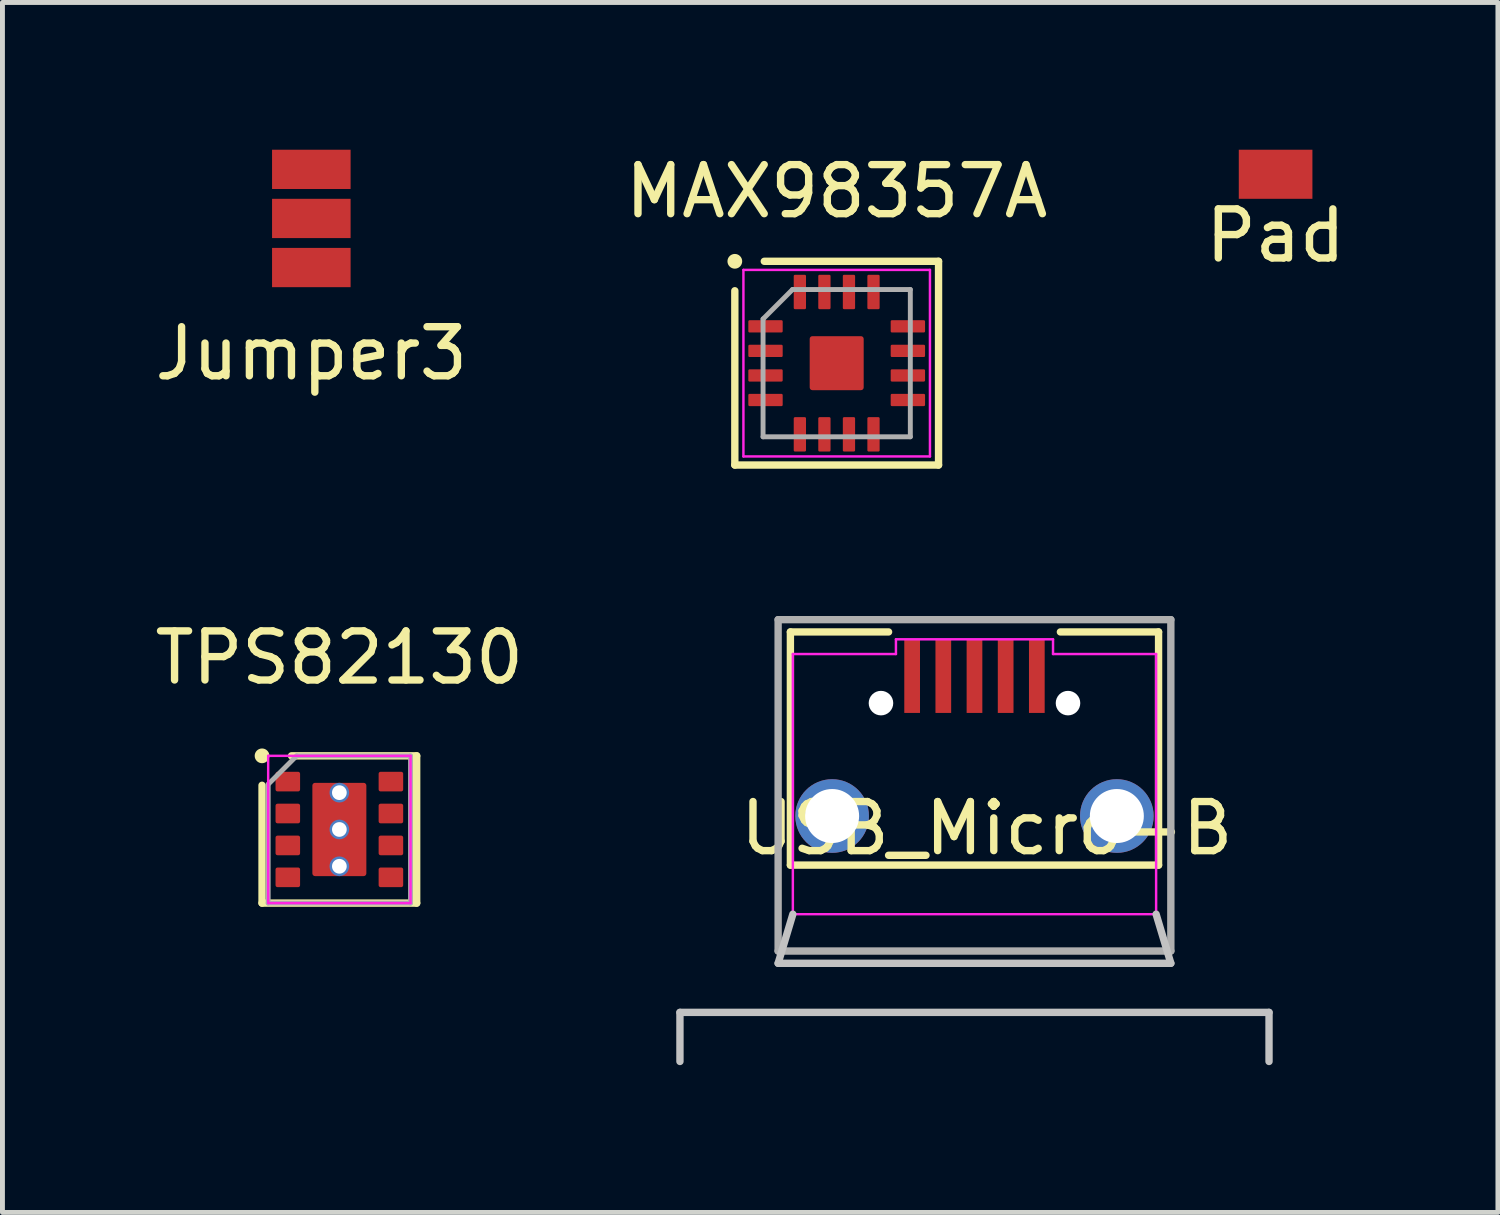
<source format=kicad_pcb>
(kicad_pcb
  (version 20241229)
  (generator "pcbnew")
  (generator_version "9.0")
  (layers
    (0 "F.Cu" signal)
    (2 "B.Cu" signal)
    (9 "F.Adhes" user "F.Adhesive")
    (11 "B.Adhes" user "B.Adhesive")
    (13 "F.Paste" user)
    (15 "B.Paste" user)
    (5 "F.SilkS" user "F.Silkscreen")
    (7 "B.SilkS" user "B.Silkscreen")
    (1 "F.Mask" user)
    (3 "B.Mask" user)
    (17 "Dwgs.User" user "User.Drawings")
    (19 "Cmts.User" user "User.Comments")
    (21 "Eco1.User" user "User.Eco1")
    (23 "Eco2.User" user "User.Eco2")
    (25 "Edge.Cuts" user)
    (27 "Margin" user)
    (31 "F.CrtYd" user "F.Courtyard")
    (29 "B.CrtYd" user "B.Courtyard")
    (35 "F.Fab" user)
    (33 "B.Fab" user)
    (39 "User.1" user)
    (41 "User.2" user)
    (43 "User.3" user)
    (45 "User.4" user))
  (footprint "Jumper3"
    (layer "F.Cu")
    (at 3.292 1.4)
    (property "Reference" "Jumper3" (at 0 2.75 0) (layer "F.SilkS") (effects (font (size 1 1) (thickness 0.15))))
    (attr through_hole)
    (pad "1" smd rect (at 0 -1) (size 1.6 0.8) (layers "F.Cu" "F.Mask"))
    (pad "2" smd rect (at 0 0) (size 1.6 0.8) (layers "F.Cu" "F.Mask"))
    (pad "3" smd rect (at 0 1) (size 1.6 0.8) (layers "F.Cu" "F.Mask")))
  (footprint "USB_Micro-B"
    (layer "F.Cu")
    (at 16.801 13.573)
    (property "Reference" "USB_Micro-B" (at 0.25 0.25 0) (layer "F.SilkS") (effects (font (size 1 1) (thickness 0.15))))
    (attr through_hole)
    (fp_line (start -3.75 -3.75) (end -1.75 -3.75) (stroke (width 0.15) (type solid)) (layer "F.SilkS"))
    (fp_line (start -3.75 1) (end -3.75 -3.75) (stroke (width 0.15) (type solid)) (layer "F.SilkS"))
    (fp_line (start 1.75 -3.75) (end 3.75 -3.75) (stroke (width 0.15) (type solid)) (layer "F.SilkS"))
    (fp_line (start 3.75 -3.75) (end 3.75 1) (stroke (width 0.15) (type solid)) (layer "F.SilkS"))
    (fp_line (start 3.75 1) (end -3.75 1) (stroke (width 0.15) (type solid)) (layer "F.SilkS"))
    (fp_line (start -6 4) (end -6 5) (stroke (width 0.15) (type solid)) (layer "Dwgs.User"))
    (fp_line (start -6 4) (end 6 4) (stroke (width 0.15) (type solid)) (layer "Dwgs.User"))
    (fp_line (start -3.7 2) (end -4 3) (stroke (width 0.15) (type solid)) (layer "Dwgs.User"))
    (fp_line (start 3.7 2) (end 4 3) (stroke (width 0.15) (type solid)) (layer "Dwgs.User"))
    (fp_line (start 4 3) (end -4 3) (stroke (width 0.15) (type solid)) (layer "Dwgs.User"))
    (fp_line (start 6 4) (end 6 5) (stroke (width 0.15) (type solid)) (layer "Dwgs.User"))
    (fp_line (start -3.7 2) (end -3.7 -3.3) (stroke (width 0.05) (type solid)) (layer "F.CrtYd"))
    (fp_line (start -3.7 2) (end 3.7 2) (stroke (width 0.05) (type solid)) (layer "F.CrtYd"))
    (fp_line (start -1.6 -3.6) (end -1.6 -3.3) (stroke (width 0.05) (type solid)) (layer "F.CrtYd"))
    (fp_line (start -1.6 -3.3) (end -3.7 -3.3) (stroke (width 0.05) (type solid)) (layer "F.CrtYd"))
    (fp_line (start 1.6 -3.6) (end -1.6 -3.6) (stroke (width 0.05) (type solid)) (layer "F.CrtYd"))
    (fp_line (start 1.6 -3.3) (end 1.6 -3.6) (stroke (width 0.05) (type solid)) (layer "F.CrtYd"))
    (fp_line (start 1.6 -3.3) (end 3.7 -3.3) (stroke (width 0.05) (type solid)) (layer "F.CrtYd"))
    (fp_line (start 3.7 -3.3) (end 3.7 2) (stroke (width 0.05) (type solid)) (layer "F.CrtYd"))
    (fp_line (start -4 -4) (end 4 -4) (stroke (width 0.15) (type solid)) (layer "F.Fab"))
    (fp_line (start -4 2.75) (end -4 -4) (stroke (width 0.15) (type solid)) (layer "F.Fab"))
    (fp_line (start 4 -4) (end 4 2.75) (stroke (width 0.15) (type solid)) (layer "F.Fab"))
    (fp_line (start 4 2.75) (end -4 2.75) (stroke (width 0.15) (type solid)) (layer "F.Fab"))
    (pad "" np_thru_hole circle (at -1.905 -2.3) (size 0.5 0.5) (drill 0.5) (layers "*.Cu" "*.Mask"))
    (pad "" np_thru_hole circle (at 1.905 -2.3) (size 0.5 0.5) (drill 0.5) (layers "*.Cu" "*.Mask"))
    (pad "1" smd rect (at -1.27 -2.85) (size 0.32 1.5) (layers "F.Cu" "F.Mask" "F.Paste"))
    (pad "2" smd rect (at -0.635 -2.85) (size 0.32 1.5) (layers "F.Cu" "F.Mask" "F.Paste"))
    (pad "3" smd rect (at 0 -2.85) (size 0.32 1.5) (layers "F.Cu" "F.Mask" "F.Paste"))
    (pad "4" smd rect (at 0.635 -2.85) (size 0.32 1.5) (layers "F.Cu" "F.Mask" "F.Paste"))
    (pad "5" smd rect (at 1.27 -2.85) (size 0.32 1.5) (layers "F.Cu" "F.Mask" "F.Paste"))
    (pad "6" thru_hole circle (at -2.9 0) (size 1.5 1.5) (drill 1.1) (layers "*.Cu" "*.Mask"))
    (pad "6" thru_hole circle (at 2.9 0) (size 1.5 1.5) (drill 1.1) (layers "*.Cu" "*.Mask")))
  (footprint "MAX98357A"
    (layer "F.Cu")
    (at 13.994 4.348)
    (property "Reference" "MAX98357A" (at 0 -3.5 0) (layer "F.SilkS") (effects (font (size 1 1) (thickness 0.15))))
    (attr through_hole)
    (fp_line (start -2.075 -2.075) (end -2.075 -2.075) (stroke (width 0.3) (type solid)) (layer "F.SilkS"))
    (fp_line (start -2.075 2.075) (end -2.075 -1.475) (stroke (width 0.15) (type solid)) (layer "F.SilkS"))
    (fp_line (start -1.475 -2.075) (end 2.075 -2.075) (stroke (width 0.15) (type solid)) (layer "F.SilkS"))
    (fp_line (start 2.075 -2.075) (end 2.075 2.075) (stroke (width 0.15) (type solid)) (layer "F.SilkS"))
    (fp_line (start 2.075 2.075) (end -2.075 2.075) (stroke (width 0.15) (type solid)) (layer "F.SilkS"))
    (fp_line (start -1.9 -1.9) (end 1.9 -1.9) (stroke (width 0.05) (type solid)) (layer "F.CrtYd"))
    (fp_line (start -1.9 1.9) (end -1.9 -1.9) (stroke (width 0.05) (type solid)) (layer "F.CrtYd"))
    (fp_line (start 1.9 -1.9) (end 1.9 1.9) (stroke (width 0.05) (type solid)) (layer "F.CrtYd"))
    (fp_line (start 1.9 1.9) (end -1.9 1.9) (stroke (width 0.05) (type solid)) (layer "F.CrtYd"))
    (fp_line (start -1.5 -0.9) (end -0.9 -1.5) (stroke (width 0.1) (type solid)) (layer "F.Fab"))
    (fp_line (start -1.5 1.5) (end -1.5 -0.9) (stroke (width 0.1) (type solid)) (layer "F.Fab"))
    (fp_line (start -0.9 -1.5) (end 1.5 -1.5) (stroke (width 0.1) (type solid)) (layer "F.Fab"))
    (fp_line (start 1.5 -1.5) (end 1.5 1.5) (stroke (width 0.1) (type solid)) (layer "F.Fab"))
    (fp_line (start 1.5 1.5) (end -1.5 1.5) (stroke (width 0.1) (type solid)) (layer "F.Fab"))
    (pad "" smd roundrect (at 0 0) (size 0.8 0.8) (layers "F.Paste") (roundrect_rratio 0.25))
    (pad "1" smd roundrect (at -1.45 -0.75) (size 0.7 0.25) (layers "F.Cu" "F.Mask" "F.Paste") (roundrect_rratio 0.1))
    (pad "2" smd roundrect (at -1.45 -0.25) (size 0.7 0.25) (layers "F.Cu" "F.Mask" "F.Paste") (roundrect_rratio 0.1))
    (pad "3" smd roundrect (at -1.45 0.25) (size 0.7 0.25) (layers "F.Cu" "F.Mask" "F.Paste") (roundrect_rratio 0.1))
    (pad "4" smd roundrect (at -1.45 0.75) (size 0.7 0.25) (layers "F.Cu" "F.Mask" "F.Paste") (roundrect_rratio 0.1))
    (pad "5" smd roundrect (at -0.75 1.45) (size 0.25 0.7) (layers "F.Cu" "F.Mask" "F.Paste") (roundrect_rratio 0.1))
    (pad "6" smd roundrect (at -0.25 1.45) (size 0.25 0.7) (layers "F.Cu" "F.Mask" "F.Paste") (roundrect_rratio 0.1))
    (pad "7" smd roundrect (at 0.25 1.45) (size 0.25 0.7) (layers "F.Cu" "F.Mask" "F.Paste") (roundrect_rratio 0.1))
    (pad "8" smd roundrect (at 0.75 1.45) (size 0.25 0.7) (layers "F.Cu" "F.Mask" "F.Paste") (roundrect_rratio 0.1))
    (pad "9" smd roundrect (at 1.45 0.75) (size 0.7 0.25) (layers "F.Cu" "F.Mask" "F.Paste") (roundrect_rratio 0.1))
    (pad "10" smd roundrect (at 1.45 0.25) (size 0.7 0.25) (layers "F.Cu" "F.Mask" "F.Paste") (roundrect_rratio 0.1))
    (pad "11" smd roundrect (at 1.45 -0.25) (size 0.7 0.25) (layers "F.Cu" "F.Mask" "F.Paste") (roundrect_rratio 0.1))
    (pad "12" smd roundrect (at 1.45 -0.75) (size 0.7 0.25) (layers "F.Cu" "F.Mask" "F.Paste") (roundrect_rratio 0.1))
    (pad "13" smd roundrect (at 0.75 -1.45) (size 0.25 0.7) (layers "F.Cu" "F.Mask" "F.Paste") (roundrect_rratio 0.1))
    (pad "14" smd roundrect (at 0.25 -1.45) (size 0.25 0.7) (layers "F.Cu" "F.Mask" "F.Paste") (roundrect_rratio 0.1))
    (pad "15" smd roundrect (at -0.25 -1.45) (size 0.25 0.7) (layers "F.Cu" "F.Mask" "F.Paste") (roundrect_rratio 0.1))
    (pad "16" smd roundrect (at -0.75 -1.45) (size 0.25 0.7) (layers "F.Cu" "F.Mask" "F.Paste") (roundrect_rratio 0.1))
    (pad "17" smd roundrect (at 0 0) (size 1.1 1.1) (layers "F.Cu" "F.Mask") (roundrect_rratio 0.05)))
  (footprint "Pad"
    (layer "F.Cu")
    (at 22.935 0.5)
    (property "Reference" "Pad" (at 0 1.25 0) (layer "F.SilkS") (effects (font (size 1 1) (thickness 0.15))))
    (attr through_hole)
    (pad "1" smd rect (at 0 0) (size 1.5 1) (layers "F.Cu" "F.Mask")))
  (footprint "TPS82130"
    (layer "F.Cu")
    (at 3.863 13.847)
    (property "Reference" "TPS82130" (at 0 -3.5 0) (layer "F.SilkS") (effects (font (size 1 1) (thickness 0.15))))
    (attr through_hole)
    (fp_line (start -1.575 -1.5) (end -1.575 -1.5) (stroke (width 0.3) (type solid)) (layer "F.SilkS"))
    (fp_line (start -1.575 1.5) (end -1.575 -0.9) (stroke (width 0.15) (type solid)) (layer "F.SilkS"))
    (fp_line (start -0.975 -1.5) (end 1.575 -1.5) (stroke (width 0.15) (type solid)) (layer "F.SilkS"))
    (fp_line (start 1.575 -1.5) (end 1.575 1.5) (stroke (width 0.15) (type solid)) (layer "F.SilkS"))
    (fp_line (start 1.575 1.5) (end -1.575 1.5) (stroke (width 0.15) (type solid)) (layer "F.SilkS"))
    (fp_line (start -1.45 -1.5) (end 1.45 -1.5) (stroke (width 0.05) (type solid)) (layer "F.CrtYd"))
    (fp_line (start -1.45 1.5) (end -1.45 -1.5) (stroke (width 0.05) (type solid)) (layer "F.CrtYd"))
    (fp_line (start 1.45 -1.5) (end 1.45 1.5) (stroke (width 0.05) (type solid)) (layer "F.CrtYd"))
    (fp_line (start 1.45 1.5) (end -1.45 1.5) (stroke (width 0.05) (type solid)) (layer "F.CrtYd"))
    (fp_line (start -1.45 -0.92) (end -0.87 -1.5) (stroke (width 0.1) (type solid)) (layer "F.Fab"))
    (fp_line (start -1.45 1.5) (end -1.45 -0.92) (stroke (width 0.1) (type solid)) (layer "F.Fab"))
    (fp_line (start -0.87 -1.5) (end 1.45 -1.5) (stroke (width 0.1) (type solid)) (layer "F.Fab"))
    (fp_line (start 1.45 -1.5) (end 1.45 1.5) (stroke (width 0.1) (type solid)) (layer "F.Fab"))
    (fp_line (start 1.45 1.5) (end -1.45 1.5) (stroke (width 0.1) (type solid)) (layer "F.Fab"))
    (pad "" smd roundrect (at 0 -0.475) (size 0.8 0.65) (layers "F.Paste") (roundrect_rratio 0.25))
    (pad "" smd roundrect (at 0 0.475) (size 0.8 0.65) (layers "F.Paste") (roundrect_rratio 0.25))
    (pad "1" smd roundrect (at -1.05 -0.975) (size 0.5 0.4) (layers "F.Cu" "F.Mask" "F.Paste") (roundrect_rratio 0.1))
    (pad "2" smd roundrect (at -1.05 -0.325) (size 0.5 0.4) (layers "F.Cu" "F.Mask" "F.Paste") (roundrect_rratio 0.1))
    (pad "3" smd roundrect (at -1.05 0.325) (size 0.5 0.4) (layers "F.Cu" "F.Mask" "F.Paste") (roundrect_rratio 0.1))
    (pad "4" smd roundrect (at -1.05 0.975) (size 0.5 0.4) (layers "F.Cu" "F.Mask" "F.Paste") (roundrect_rratio 0.1))
    (pad "5" smd roundrect (at 1.05 0.975) (size 0.5 0.4) (layers "F.Cu" "F.Mask" "F.Paste") (roundrect_rratio 0.1))
    (pad "6" smd roundrect (at 1.05 0.325) (size 0.5 0.4) (layers "F.Cu" "F.Mask" "F.Paste") (roundrect_rratio 0.1))
    (pad "7" smd roundrect (at 1.05 -0.325) (size 0.5 0.4) (layers "F.Cu" "F.Mask" "F.Paste") (roundrect_rratio 0.1))
    (pad "8" smd roundrect (at 1.05 -0.975) (size 0.5 0.4) (layers "F.Cu" "F.Mask" "F.Paste") (roundrect_rratio 0.1))
    (pad "9" thru_hole circle (at 0 -0.75) (size 0.4 0.4) (drill 0.3) (layers "*.Cu"))
    (pad "9" thru_hole circle (at 0 0) (size 0.4 0.4) (drill 0.3) (layers "*.Cu"))
    (pad "9" smd roundrect (at 0 0) (size 1.1 1.9) (layers "F.Cu" "F.Mask") (roundrect_rratio 0.05))
    (pad "9" thru_hole circle (at 0 0.75) (size 0.4 0.4) (drill 0.3) (layers "*.Cu")))
  (gr_rect
    (start -3 -3)
    (end 27.464 21.648)
    (stroke (width 0.1) (type default))
    (fill no)
    (layer "Edge.Cuts")))
</source>
